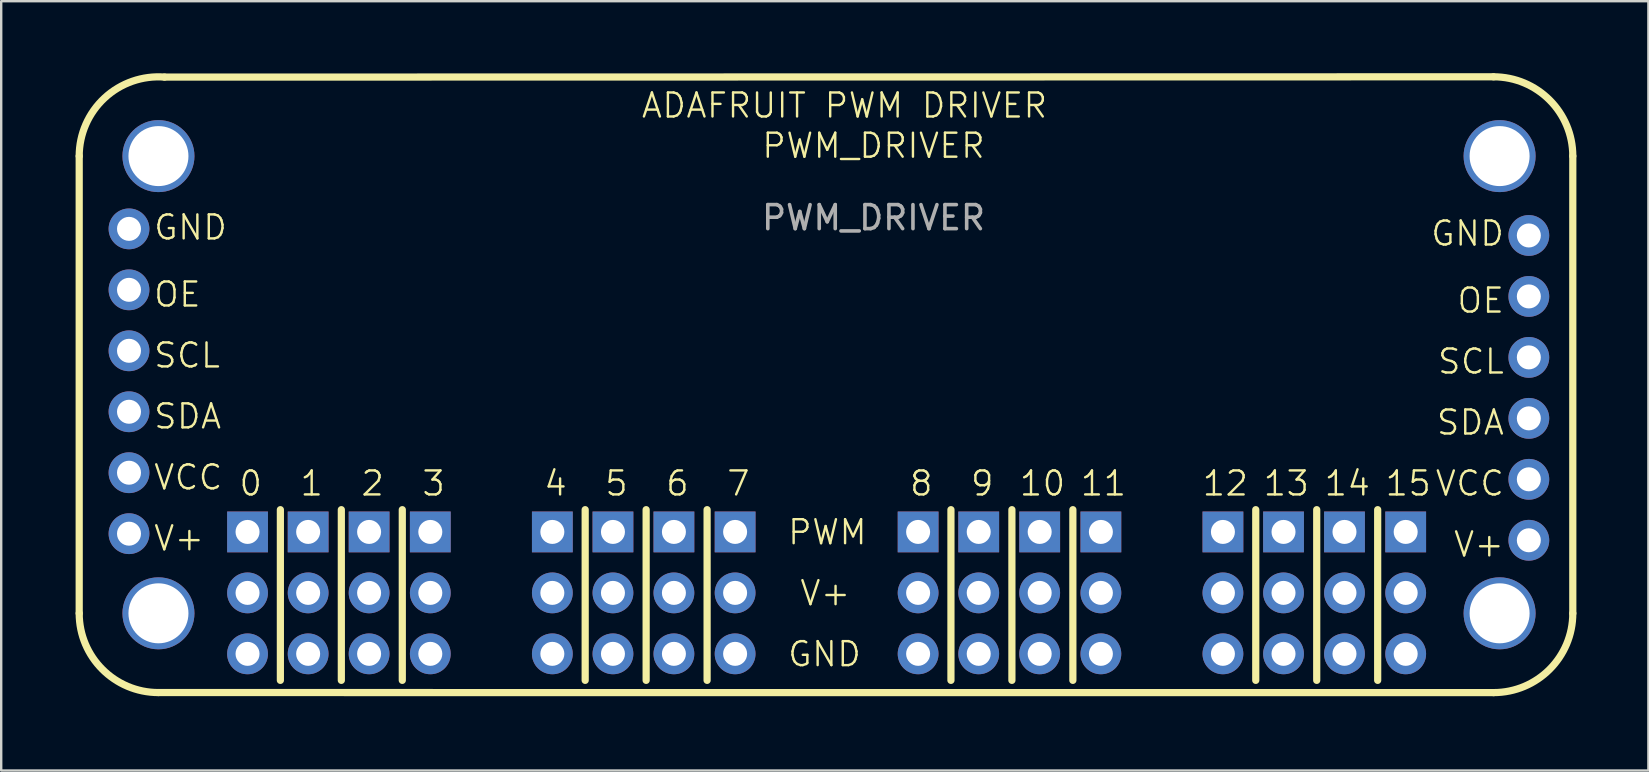
<source format=kicad_pcb>
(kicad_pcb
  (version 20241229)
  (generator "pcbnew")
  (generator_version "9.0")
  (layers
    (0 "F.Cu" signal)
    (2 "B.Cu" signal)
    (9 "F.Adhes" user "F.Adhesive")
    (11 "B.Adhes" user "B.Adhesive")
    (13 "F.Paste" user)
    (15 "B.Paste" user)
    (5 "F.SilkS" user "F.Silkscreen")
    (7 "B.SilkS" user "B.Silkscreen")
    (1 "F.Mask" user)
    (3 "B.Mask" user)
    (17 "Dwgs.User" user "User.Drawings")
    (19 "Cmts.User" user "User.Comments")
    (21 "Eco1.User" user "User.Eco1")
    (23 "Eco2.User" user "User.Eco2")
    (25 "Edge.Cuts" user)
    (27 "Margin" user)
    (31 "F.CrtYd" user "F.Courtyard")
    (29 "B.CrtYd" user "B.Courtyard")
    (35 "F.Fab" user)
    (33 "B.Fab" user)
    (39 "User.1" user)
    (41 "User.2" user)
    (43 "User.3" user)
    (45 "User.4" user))
  (footprint "PWM_DRIVER"
    (layer "F.Cu")
    (at 0.25 25.806)
    (property "Reference" "PWM_DRIVER" (at 33.096 -22.785 0) (unlocked yes) (layer "F.SilkS") (effects (font (size 1 1) (thickness 0.1))))
    (attr through_hole)
    (fp_line (start 0 -3.302) (end 0 -22.352) (stroke (width 0.3) (type solid)) (layer "F.SilkS"))
    (fp_line (start 3.555 -25.644) (end 58.93 -25.656) (stroke (width 0.3) (type solid)) (layer "F.SilkS"))
    (fp_line (start 8.382 -7.62) (end 8.382 -0.508) (stroke (width 0.3) (type solid)) (layer "F.SilkS"))
    (fp_line (start 10.922 -7.62) (end 10.922 -0.508) (stroke (width 0.3) (type solid)) (layer "F.SilkS"))
    (fp_line (start 13.462 -7.62) (end 13.462 -0.508) (stroke (width 0.3) (type solid)) (layer "F.SilkS"))
    (fp_line (start 21.082 -7.62) (end 21.082 -0.508) (stroke (width 0.3) (type solid)) (layer "F.SilkS"))
    (fp_line (start 23.622 -7.62) (end 23.622 -0.508) (stroke (width 0.3) (type solid)) (layer "F.SilkS"))
    (fp_line (start 26.162 -7.62) (end 26.162 -0.508) (stroke (width 0.3) (type solid)) (layer "F.SilkS"))
    (fp_line (start 36.322 -7.62) (end 36.322 -0.508) (stroke (width 0.3) (type solid)) (layer "F.SilkS"))
    (fp_line (start 38.862 -7.62) (end 38.862 -0.508) (stroke (width 0.3) (type solid)) (layer "F.SilkS"))
    (fp_line (start 41.402 -7.62) (end 41.402 -0.508) (stroke (width 0.3) (type solid)) (layer "F.SilkS"))
    (fp_line (start 49.022 -7.62) (end 49.022 -0.508) (stroke (width 0.3) (type solid)) (layer "F.SilkS"))
    (fp_line (start 51.562 -7.62) (end 51.562 -0.508) (stroke (width 0.3) (type solid)) (layer "F.SilkS"))
    (fp_line (start 54.102 -7.62) (end 54.102 -0.508) (stroke (width 0.3) (type solid)) (layer "F.SilkS"))
    (fp_line (start 58.93 0.002) (end 3.302 0) (stroke (width 0.3) (type solid)) (layer "F.SilkS"))
    (fp_line (start 62.232 -22.354) (end 62.232 -3.3) (stroke (width 0.3) (type solid)) (layer "F.SilkS"))
    (fp_arc (start 0 -22.352) (mid 1.058457 -24.774751) (end 3.555252 -25.644274) (stroke (width 0.3) (type solid)) (layer "F.SilkS"))
    (fp_arc (start 3.302 0) (mid 0.967133 -0.967133) (end 0 -3.302) (stroke (width 0.3) (type solid)) (layer "F.SilkS"))
    (fp_arc (start 58.929933 -25.655933) (mid 61.2648 -24.6888) (end 62.231933 -22.353933) (stroke (width 0.3) (type solid)) (layer "F.SilkS"))
    (fp_arc (start 62.231933 -3.300067) (mid 61.2648 -0.9652) (end 58.929933 0.001933) (stroke (width 0.3) (type solid)) (layer "F.SilkS"))
    (fp_text user "SDA" (at 59.436 -10.668 0) (unlocked yes) (layer "F.SilkS") (effects (font (size 1 1) (thickness 0.1)) (justify right bottom)))
    (fp_text user "12" (at 46.736 -8.128 0) (unlocked yes) (layer "F.SilkS") (effects (font (size 1 1) (thickness 0.1)) (justify left bottom)))
    (fp_text user "GND" (at 59.436 -18.542 0) (unlocked yes) (layer "F.SilkS") (effects (font (size 1 1) (thickness 0.1)) (justify right bottom)))
    (fp_text user "1" (at 9.144 -8.128 0) (unlocked yes) (layer "F.SilkS") (effects (font (size 1 1) (thickness 0.1)) (justify left bottom)))
    (fp_text user "V+" (at 59.436 -5.588 0) (unlocked yes) (layer "F.SilkS") (effects (font (size 1 1) (thickness 0.1)) (justify right bottom)))
    (fp_text user "OE" (at 3.048 -16.002 0) (unlocked yes) (layer "F.SilkS") (effects (font (size 1 1) (thickness 0.1)) (justify left bottom)))
    (fp_text user "13" (at 49.276 -8.128 0) (unlocked yes) (layer "F.SilkS") (effects (font (size 1 1) (thickness 0.1)) (justify left bottom)))
    (fp_text user "V+" (at 3.048 -5.842 0) (unlocked yes) (layer "F.SilkS") (effects (font (size 1 1) (thickness 0.1)) (justify left bottom)))
    (fp_text user "PWM" (at 29.464 -6.096 0) (unlocked yes) (layer "F.SilkS") (effects (font (size 1 1) (thickness 0.1)) (justify left bottom)))
    (fp_text user "6" (at 24.384 -8.128 0) (unlocked yes) (layer "F.SilkS") (effects (font (size 1 1) (thickness 0.1)) (justify left bottom)))
    (fp_text user "5" (at 21.844 -8.128 0) (unlocked yes) (layer "F.SilkS") (effects (font (size 1 1) (thickness 0.1)) (justify left bottom)))
    (fp_text user "VCC" (at 59.436 -8.128 0) (unlocked yes) (layer "F.SilkS") (effects (font (size 1 1) (thickness 0.1)) (justify right bottom)))
    (fp_text user "SCL" (at 3.048 -13.462 0) (unlocked yes) (layer "F.SilkS") (effects (font (size 1 1) (thickness 0.1)) (justify left bottom)))
    (fp_text user "8" (at 34.544 -8.128 0) (unlocked yes) (layer "F.SilkS") (effects (font (size 1 1) (thickness 0.1)) (justify left bottom)))
    (fp_text user "7" (at 26.924 -8.128 0) (unlocked yes) (layer "F.SilkS") (effects (font (size 1 1) (thickness 0.1)) (justify left bottom)))
    (fp_text user "4" (at 19.304 -8.128 0) (unlocked yes) (layer "F.SilkS") (effects (font (size 1 1) (thickness 0.1)) (justify left bottom)))
    (fp_text user "10" (at 39.116 -8.128 0) (unlocked yes) (layer "F.SilkS") (effects (font (size 1 1) (thickness 0.1)) (justify left bottom)))
    (fp_text user "VCC" (at 3.048 -8.382 0) (unlocked yes) (layer "F.SilkS") (effects (font (size 1 1) (thickness 0.1)) (justify left bottom)))
    (fp_text user "ADAFRUIT PWM DRIVER" (at 23.368 -23.876 0) (unlocked yes) (layer "F.SilkS") (effects (font (size 1 1) (thickness 0.1)) (justify left bottom)))
    (fp_text user "SCL" (at 59.436 -13.208 0) (unlocked yes) (layer "F.SilkS") (effects (font (size 1 1) (thickness 0.1)) (justify right bottom)))
    (fp_text user "14" (at 51.816 -8.128 0) (unlocked yes) (layer "F.SilkS") (effects (font (size 1 1) (thickness 0.1)) (justify left bottom)))
    (fp_text user "2" (at 11.684 -8.128 0) (unlocked yes) (layer "F.SilkS") (effects (font (size 1 1) (thickness 0.1)) (justify left bottom)))
    (fp_text user "15" (at 54.356 -8.128 0) (unlocked yes) (layer "F.SilkS") (effects (font (size 1 1) (thickness 0.1)) (justify left bottom)))
    (fp_text user "OE" (at 59.436 -15.748 0) (unlocked yes) (layer "F.SilkS") (effects (font (size 1 1) (thickness 0.1)) (justify right bottom)))
    (fp_text user "GND" (at 29.464 -1.016 0) (unlocked yes) (layer "F.SilkS") (effects (font (size 1 1) (thickness 0.1)) (justify left bottom)))
    (fp_text user "0" (at 6.604 -8.128 0) (unlocked yes) (layer "F.SilkS") (effects (font (size 1 1) (thickness 0.1)) (justify left bottom)))
    (fp_text user "V+" (at 29.972 -3.556 0) (unlocked yes) (layer "F.SilkS") (effects (font (size 1 1) (thickness 0.1)) (justify left bottom)))
    (fp_text user "9" (at 37.084 -8.128 0) (unlocked yes) (layer "F.SilkS") (effects (font (size 1 1) (thickness 0.1)) (justify left bottom)))
    (fp_text user "SDA" (at 3.048 -10.922 0) (unlocked yes) (layer "F.SilkS") (effects (font (size 1 1) (thickness 0.1)) (justify left bottom)))
    (fp_text user "11" (at 41.656 -8.128 0) (unlocked yes) (layer "F.SilkS") (effects (font (size 1 1) (thickness 0.1)) (justify left bottom)))
    (fp_text user "3" (at 14.224 -8.128 0) (unlocked yes) (layer "F.SilkS") (effects (font (size 1 1) (thickness 0.1)) (justify left bottom)))
    (fp_text user "GND" (at 3.048 -18.796 0) (unlocked yes) (layer "F.SilkS") (effects (font (size 1 1) (thickness 0.1)) (justify left bottom)))
    (fp_text user "${REFERENCE}" (at 33.096 -19.785 0) (unlocked yes) (layer "F.Fab") (effects (font (size 1 1) (thickness 0.15))))
    (pad "0" thru_hole circle (at 3.302 -22.352 270) (size 3 3) (drill 2.5) (layers "*.Cu" "*.Mask"))
    (pad "0" thru_hole circle (at 3.302 -3.302 270) (size 3 3) (drill 2.5) (layers "*.Cu" "*.Mask"))
    (pad "0" thru_hole circle (at 59.182 -22.352 270) (size 3 3) (drill 2.5) (layers "*.Cu" "*.Mask"))
    (pad "0" thru_hole circle (at 59.182 -3.302 270) (size 3 3) (drill 2.5) (layers "*.Cu" "*.Mask"))
    (pad "1" thru_hole circle (at 2.075 -19.32) (size 1.7 1.7) (drill 1) (layers "*.Cu" "*.Mask"))
    (pad "1" thru_hole oval (at 60.4 -19.045 180) (size 1.7 1.7) (drill 1) (layers "*.Cu" "*.Mask"))
    (pad "2" thru_hole oval (at 2.075 -16.78) (size 1.7 1.7) (drill 1) (layers "*.Cu" "*.Mask"))
    (pad "2" thru_hole oval (at 60.4 -16.505 180) (size 1.7 1.7) (drill 1) (layers "*.Cu" "*.Mask"))
    (pad "3" thru_hole oval (at 2.075 -14.24) (size 1.7 1.7) (drill 1) (layers "*.Cu" "*.Mask"))
    (pad "3" thru_hole oval (at 60.4 -13.965 180) (size 1.7 1.7) (drill 1) (layers "*.Cu" "*.Mask"))
    (pad "4" thru_hole oval (at 2.075 -11.7) (size 1.7 1.7) (drill 1) (layers "*.Cu" "*.Mask"))
    (pad "4" thru_hole oval (at 60.4 -11.425 180) (size 1.7 1.7) (drill 1) (layers "*.Cu" "*.Mask"))
    (pad "5" thru_hole oval (at 2.075 -9.16) (size 1.7 1.7) (drill 1) (layers "*.Cu" "*.Mask"))
    (pad "5" thru_hole oval (at 60.4 -8.885 180) (size 1.7 1.7) (drill 1) (layers "*.Cu" "*.Mask"))
    (pad "6" thru_hole oval (at 2.075 -6.62) (size 1.7 1.7) (drill 1) (layers "*.Cu" "*.Mask"))
    (pad "6" thru_hole circle (at 60.4 -6.345 180) (size 1.7 1.7) (drill 1) (layers "*.Cu" "*.Mask"))
    (pad "7" thru_hole rect (at 7.014 -6.693) (size 1.7 1.7) (drill 1) (layers "*.Cu" "*.Mask"))
    (pad "8" thru_hole oval (at 7.014 -4.153) (size 1.7 1.7) (drill 1) (layers "*.Cu" "*.Mask"))
    (pad "9" thru_hole oval (at 7.014 -1.613) (size 1.7 1.7) (drill 1) (layers "*.Cu" "*.Mask"))
    (pad "10" thru_hole rect (at 9.539 -6.693) (size 1.7 1.7) (drill 1) (layers "*.Cu" "*.Mask"))
    (pad "11" thru_hole oval (at 9.539 -4.153) (size 1.7 1.7) (drill 1) (layers "*.Cu" "*.Mask"))
    (pad "12" thru_hole oval (at 9.539 -1.613) (size 1.7 1.7) (drill 1) (layers "*.Cu" "*.Mask"))
    (pad "13" thru_hole rect (at 12.079 -6.693) (size 1.7 1.7) (drill 1) (layers "*.Cu" "*.Mask"))
    (pad "14" thru_hole oval (at 12.079 -4.153) (size 1.7 1.7) (drill 1) (layers "*.Cu" "*.Mask"))
    (pad "15" thru_hole oval (at 12.079 -1.613) (size 1.7 1.7) (drill 1) (layers "*.Cu" "*.Mask"))
    (pad "16" thru_hole rect (at 14.629 -6.693) (size 1.7 1.7) (drill 1) (layers "*.Cu" "*.Mask"))
    (pad "17" thru_hole oval (at 14.629 -4.153) (size 1.7 1.7) (drill 1) (layers "*.Cu" "*.Mask"))
    (pad "18" thru_hole oval (at 14.629 -1.613) (size 1.7 1.7) (drill 1) (layers "*.Cu" "*.Mask"))
    (pad "19" thru_hole rect (at 19.714 -6.693) (size 1.7 1.7) (drill 1) (layers "*.Cu" "*.Mask"))
    (pad "20" thru_hole oval (at 19.714 -4.153) (size 1.7 1.7) (drill 1) (layers "*.Cu" "*.Mask"))
    (pad "21" thru_hole oval (at 19.714 -1.613) (size 1.7 1.7) (drill 1) (layers "*.Cu" "*.Mask"))
    (pad "22" thru_hole rect (at 22.239 -6.693) (size 1.7 1.7) (drill 1) (layers "*.Cu" "*.Mask"))
    (pad "23" thru_hole oval (at 22.239 -4.153) (size 1.7 1.7) (drill 1) (layers "*.Cu" "*.Mask"))
    (pad "24" thru_hole oval (at 22.239 -1.613) (size 1.7 1.7) (drill 1) (layers "*.Cu" "*.Mask"))
    (pad "25" thru_hole rect (at 24.779 -6.693) (size 1.7 1.7) (drill 1) (layers "*.Cu" "*.Mask"))
    (pad "26" thru_hole oval (at 24.779 -4.153) (size 1.7 1.7) (drill 1) (layers "*.Cu" "*.Mask"))
    (pad "27" thru_hole oval (at 24.779 -1.613) (size 1.7 1.7) (drill 1) (layers "*.Cu" "*.Mask"))
    (pad "28" thru_hole rect (at 27.329 -6.693) (size 1.7 1.7) (drill 1) (layers "*.Cu" "*.Mask"))
    (pad "29" thru_hole oval (at 27.329 -4.153) (size 1.7 1.7) (drill 1) (layers "*.Cu" "*.Mask"))
    (pad "30" thru_hole oval (at 27.329 -1.613) (size 1.7 1.7) (drill 1) (layers "*.Cu" "*.Mask"))
    (pad "31" thru_hole rect (at 34.954 -6.693) (size 1.7 1.7) (drill 1) (layers "*.Cu" "*.Mask"))
    (pad "32" thru_hole oval (at 34.954 -4.153) (size 1.7 1.7) (drill 1) (layers "*.Cu" "*.Mask"))
    (pad "33" thru_hole oval (at 34.954 -1.613) (size 1.7 1.7) (drill 1) (layers "*.Cu" "*.Mask"))
    (pad "34" thru_hole rect (at 37.479 -6.693) (size 1.7 1.7) (drill 1) (layers "*.Cu" "*.Mask"))
    (pad "35" thru_hole oval (at 37.479 -4.153) (size 1.7 1.7) (drill 1) (layers "*.Cu" "*.Mask"))
    (pad "36" thru_hole oval (at 37.479 -1.613) (size 1.7 1.7) (drill 1) (layers "*.Cu" "*.Mask"))
    (pad "37" thru_hole rect (at 40.019 -6.693) (size 1.7 1.7) (drill 1) (layers "*.Cu" "*.Mask"))
    (pad "38" thru_hole oval (at 40.019 -4.153) (size 1.7 1.7) (drill 1) (layers "*.Cu" "*.Mask"))
    (pad "39" thru_hole oval (at 40.019 -1.613) (size 1.7 1.7) (drill 1) (layers "*.Cu" "*.Mask"))
    (pad "40" thru_hole rect (at 42.569 -6.693) (size 1.7 1.7) (drill 1) (layers "*.Cu" "*.Mask"))
    (pad "41" thru_hole oval (at 42.569 -4.153) (size 1.7 1.7) (drill 1) (layers "*.Cu" "*.Mask"))
    (pad "42" thru_hole oval (at 42.569 -1.613) (size 1.7 1.7) (drill 1) (layers "*.Cu" "*.Mask"))
    (pad "43" thru_hole rect (at 47.654 -6.693) (size 1.7 1.7) (drill 1) (layers "*.Cu" "*.Mask"))
    (pad "44" thru_hole oval (at 47.654 -4.153) (size 1.7 1.7) (drill 1) (layers "*.Cu" "*.Mask"))
    (pad "45" thru_hole oval (at 47.654 -1.613) (size 1.7 1.7) (drill 1) (layers "*.Cu" "*.Mask"))
    (pad "46" thru_hole rect (at 50.179 -6.693) (size 1.7 1.7) (drill 1) (layers "*.Cu" "*.Mask"))
    (pad "47" thru_hole oval (at 50.179 -4.153) (size 1.7 1.7) (drill 1) (layers "*.Cu" "*.Mask"))
    (pad "48" thru_hole oval (at 50.179 -1.613) (size 1.7 1.7) (drill 1) (layers "*.Cu" "*.Mask"))
    (pad "49" thru_hole rect (at 52.719 -6.693) (size 1.7 1.7) (drill 1) (layers "*.Cu" "*.Mask"))
    (pad "50" thru_hole oval (at 52.719 -4.153) (size 1.7 1.7) (drill 1) (layers "*.Cu" "*.Mask"))
    (pad "51" thru_hole oval (at 52.719 -1.613) (size 1.7 1.7) (drill 1) (layers "*.Cu" "*.Mask"))
    (pad "52" thru_hole rect (at 55.269 -6.693) (size 1.7 1.7) (drill 1) (layers "*.Cu" "*.Mask"))
    (pad "53" thru_hole oval (at 55.269 -4.153) (size 1.7 1.7) (drill 1) (layers "*.Cu" "*.Mask"))
    (pad "54" thru_hole oval (at 55.269 -1.613) (size 1.7 1.7) (drill 1) (layers "*.Cu" "*.Mask")))
  (gr_rect
    (start -3 -3)
    (end 65.632 29.056)
    (stroke (width 0.1) (type default))
    (fill no)
    (layer "Edge.Cuts")))
</source>
